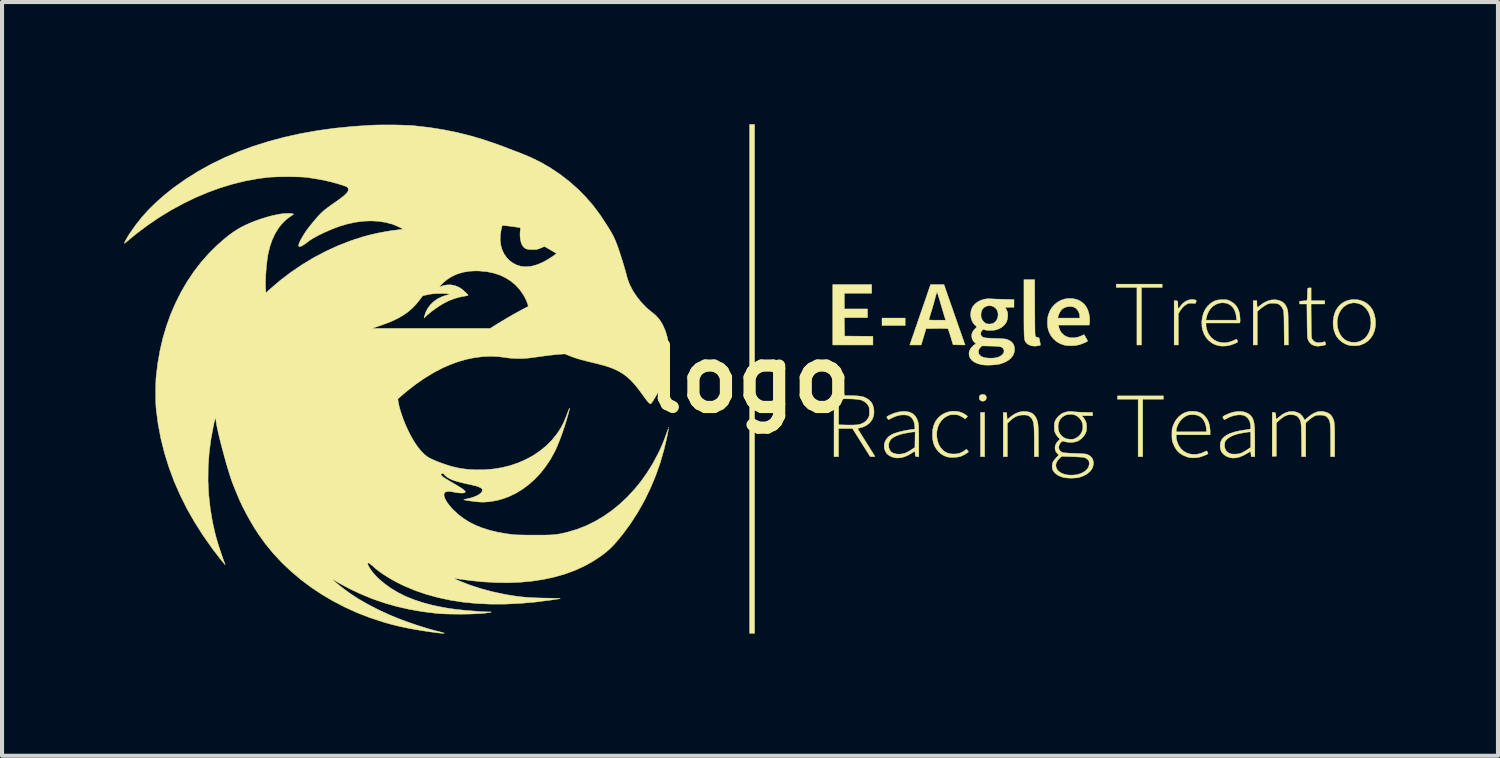
<source format=kicad_pcb>
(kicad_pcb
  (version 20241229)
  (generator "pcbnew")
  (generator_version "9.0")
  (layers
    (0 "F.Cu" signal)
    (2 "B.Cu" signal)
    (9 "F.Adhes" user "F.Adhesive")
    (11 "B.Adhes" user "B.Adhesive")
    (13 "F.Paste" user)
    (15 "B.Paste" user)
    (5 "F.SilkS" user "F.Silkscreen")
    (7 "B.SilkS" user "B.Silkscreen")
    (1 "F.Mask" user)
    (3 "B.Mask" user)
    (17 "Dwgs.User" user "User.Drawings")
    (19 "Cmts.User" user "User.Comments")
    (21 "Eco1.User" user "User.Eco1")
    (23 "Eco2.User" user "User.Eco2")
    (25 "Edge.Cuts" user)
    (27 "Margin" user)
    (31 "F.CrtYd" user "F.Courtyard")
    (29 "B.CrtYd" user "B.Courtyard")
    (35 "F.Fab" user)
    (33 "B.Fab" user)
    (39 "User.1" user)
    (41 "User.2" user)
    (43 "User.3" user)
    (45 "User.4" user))
  (footprint "logo"
    (layer "F.Cu")
    (at 15.355 6.253)
    (property "Reference" "logo" (at 0 0 0) (layer "F.SilkS") (effects (font (size 1.524 1.524) (thickness 0.3))))
    (attr through_hole)
    (fp_poly (pts (xy 0.122 6.248) (xy 0 6.248) (xy 0 -6.248) (xy 0.122 -6.248) (xy 0.122 6.248)) (stroke (width 0.01) (type solid)) (fill yes) (layer "F.SilkS"))
    (fp_poly (pts (xy 3.82 -1.311) (xy 3.251 -1.311) (xy 3.251 -1.494) (xy 3.82 -1.494) (xy 3.82 -1.311)) (stroke (width 0.01) (type solid)) (fill yes) (layer "F.SilkS"))
    (fp_poly (pts (xy 5.771 1.91) (xy 5.669 1.91) (xy 5.669 0.823) (xy 5.771 0.823) (xy 5.771 1.91)) (stroke (width 0.01) (type solid)) (fill yes) (layer "F.SilkS"))
    (fp_poly (pts (xy -1.985 1.182) (xy -1.983 1.194) (xy -1.985 1.195) (xy -1.991 1.194) (xy -1.991 1.189) (xy -1.988 1.18) (xy -1.985 1.182)) (stroke (width 0.01) (type solid)) (fill yes) (layer "F.SilkS"))
    (fp_poly (pts (xy 10.13 -2.245) (xy 9.622 -2.245) (xy 9.622 -0.833) (xy 9.51 -0.833) (xy 9.51 -2.245) (xy 9.002 -2.245) (xy 9.002 -2.327) (xy 10.13 -2.327) (xy 10.13 -2.245)) (stroke (width 0.01) (type solid)) (fill yes) (layer "F.SilkS"))
    (fp_poly (pts (xy 10.16 0.498) (xy 9.652 0.498) (xy 9.652 1.91) (xy 9.54 1.91) (xy 9.54 0.498) (xy 9.032 0.498) (xy 9.032 0.417) (xy 10.16 0.417) (xy 10.16 0.498)) (stroke (width 0.01) (type solid)) (fill yes) (layer "F.SilkS"))
    (fp_poly (pts (xy 2.997 -2.103) (xy 2.327 -2.103) (xy 2.327 -1.717) (xy 2.896 -1.717) (xy 2.896 -1.504) (xy 2.326 -1.504) (xy 2.329 -1.278) (xy 2.332 -1.052) (xy 3.028 -1.046) (xy 3.028 -0.833) (xy 2.042 -0.833) (xy 2.042 -2.316) (xy 2.997 -2.316) (xy 2.997 -2.103)) (stroke (width 0.01) (type solid)) (fill yes) (layer "F.SilkS"))
    (fp_poly (pts (xy 5.769 0.388) (xy 5.799 0.41) (xy 5.814 0.444) (xy 5.816 0.463) (xy 5.807 0.5) (xy 5.784 0.528) (xy 5.752 0.545) (xy 5.715 0.548) (xy 5.678 0.536) (xy 5.664 0.525) (xy 5.644 0.501) (xy 5.637 0.47) (xy 5.637 0.463) (xy 5.644 0.422) (xy 5.667 0.395) (xy 5.704 0.382) (xy 5.725 0.381) (xy 5.769 0.388)) (stroke (width 0.01) (type solid)) (fill yes) (layer "F.SilkS"))
    (fp_poly (pts (xy 10.921 -1.944) (xy 10.951 -1.936) (xy 10.967 -1.924) (xy 10.968 -1.913) (xy 10.961 -1.891) (xy 10.957 -1.875) (xy 10.953 -1.863) (xy 10.945 -1.856) (xy 10.929 -1.854) (xy 10.9 -1.855) (xy 10.871 -1.857) (xy 10.828 -1.859) (xy 10.797 -1.857) (xy 10.771 -1.851) (xy 10.742 -1.838) (xy 10.735 -1.835) (xy 10.68 -1.799) (xy 10.626 -1.747) (xy 10.577 -1.684) (xy 10.557 -1.652) (xy 10.526 -1.598) (xy 10.526 -0.833) (xy 10.424 -0.833) (xy 10.424 -1.92) (xy 10.464 -1.92) (xy 10.487 -1.919) (xy 10.502 -1.912) (xy 10.511 -1.896) (xy 10.515 -1.868) (xy 10.516 -1.823) (xy 10.516 -1.815) (xy 10.517 -1.767) (xy 10.521 -1.739) (xy 10.529 -1.728) (xy 10.542 -1.736) (xy 10.56 -1.759) (xy 10.564 -1.766) (xy 10.619 -1.836) (xy 10.683 -1.891) (xy 10.752 -1.928) (xy 10.825 -1.947) (xy 10.836 -1.948) (xy 10.882 -1.949) (xy 10.921 -1.944)) (stroke (width 0.01) (type solid)) (fill yes) (layer "F.SilkS"))
    (fp_poly (pts (xy 7.002 -1.749) (xy 7.003 -1.613) (xy 7.004 -1.497) (xy 7.004 -1.398) (xy 7.005 -1.315) (xy 7.006 -1.246) (xy 7.007 -1.19) (xy 7.008 -1.146) (xy 7.009 -1.112) (xy 7.011 -1.086) (xy 7.013 -1.068) (xy 7.016 -1.055) (xy 7.019 -1.046) (xy 7.022 -1.041) (xy 7.025 -1.037) (xy 7.053 -1.02) (xy 7.076 -1.016) (xy 7.094 -1.015) (xy 7.104 -1.009) (xy 7.111 -0.994) (xy 7.118 -0.965) (xy 7.121 -0.95) (xy 7.128 -0.911) (xy 7.135 -0.875) (xy 7.139 -0.855) (xy 7.141 -0.837) (xy 7.136 -0.827) (xy 7.119 -0.82) (xy 7.092 -0.814) (xy 7.007 -0.804) (xy 6.929 -0.811) (xy 6.888 -0.823) (xy 6.832 -0.851) (xy 6.799 -0.88) (xy 6.788 -0.894) (xy 6.777 -0.907) (xy 6.769 -0.921) (xy 6.761 -0.937) (xy 6.755 -0.957) (xy 6.75 -0.982) (xy 6.746 -1.014) (xy 6.743 -1.054) (xy 6.74 -1.104) (xy 6.739 -1.164) (xy 6.737 -1.238) (xy 6.737 -1.325) (xy 6.736 -1.428) (xy 6.736 -1.548) (xy 6.736 -1.687) (xy 6.736 -1.729) (xy 6.736 -2.438) (xy 7 -2.438) (xy 7.002 -1.749)) (stroke (width 0.01) (type solid)) (fill yes) (layer "F.SilkS"))
    (fp_poly (pts (xy 6.806 0.803) (xy 6.865 0.815) (xy 6.909 0.831) (xy 6.947 0.853) (xy 6.977 0.878) (xy 7.021 0.931) (xy 7.054 1) (xy 7.076 1.085) (xy 7.081 1.123) (xy 7.084 1.156) (xy 7.086 1.205) (xy 7.088 1.268) (xy 7.09 1.342) (xy 7.091 1.424) (xy 7.091 1.51) (xy 7.092 1.562) (xy 7.092 1.91) (xy 6.99 1.91) (xy 6.99 1.572) (xy 6.99 1.452) (xy 6.988 1.35) (xy 6.986 1.264) (xy 6.983 1.193) (xy 6.978 1.134) (xy 6.971 1.087) (xy 6.962 1.048) (xy 6.95 1.016) (xy 6.936 0.988) (xy 6.92 0.964) (xy 6.908 0.951) (xy 6.872 0.918) (xy 6.828 0.897) (xy 6.773 0.887) (xy 6.704 0.886) (xy 6.698 0.886) (xy 6.626 0.895) (xy 6.56 0.915) (xy 6.498 0.947) (xy 6.434 0.994) (xy 6.378 1.045) (xy 6.33 1.091) (xy 6.33 1.91) (xy 6.228 1.91) (xy 6.228 0.822) (xy 6.271 0.825) (xy 6.314 0.828) (xy 6.317 0.889) (xy 6.319 0.926) (xy 6.323 0.959) (xy 6.325 0.974) (xy 6.331 0.999) (xy 6.363 0.968) (xy 6.45 0.898) (xy 6.539 0.846) (xy 6.629 0.812) (xy 6.719 0.798) (xy 6.806 0.803)) (stroke (width 0.01) (type solid)) (fill yes) (layer "F.SilkS"))
    (fp_poly (pts (xy 12.941 -1.94) (xy 13.021 -1.92) (xy 13.087 -1.887) (xy 13.14 -1.839) (xy 13.18 -1.775) (xy 13.198 -1.73) (xy 13.204 -1.712) (xy 13.209 -1.695) (xy 13.213 -1.677) (xy 13.216 -1.655) (xy 13.219 -1.627) (xy 13.221 -1.592) (xy 13.222 -1.546) (xy 13.224 -1.488) (xy 13.224 -1.416) (xy 13.225 -1.327) (xy 13.226 -1.247) (xy 13.23 -0.833) (xy 13.128 -0.833) (xy 13.124 -1.237) (xy 13.123 -1.341) (xy 13.122 -1.427) (xy 13.121 -1.496) (xy 13.119 -1.552) (xy 13.117 -1.595) (xy 13.115 -1.629) (xy 13.112 -1.655) (xy 13.108 -1.675) (xy 13.104 -1.691) (xy 13.103 -1.694) (xy 13.074 -1.754) (xy 13.033 -1.804) (xy 12.984 -1.838) (xy 12.979 -1.84) (xy 12.942 -1.851) (xy 12.893 -1.858) (xy 12.838 -1.859) (xy 12.786 -1.856) (xy 12.75 -1.849) (xy 12.71 -1.833) (xy 12.66 -1.806) (xy 12.606 -1.77) (xy 12.553 -1.73) (xy 12.527 -1.709) (xy 12.466 -1.655) (xy 12.466 -0.833) (xy 12.365 -0.833) (xy 12.365 -1.92) (xy 12.456 -1.92) (xy 12.456 -1.866) (xy 12.457 -1.828) (xy 12.46 -1.793) (xy 12.462 -1.78) (xy 12.469 -1.748) (xy 12.536 -1.804) (xy 12.627 -1.869) (xy 12.719 -1.914) (xy 12.812 -1.939) (xy 12.905 -1.943) (xy 12.941 -1.94)) (stroke (width 0.01) (type solid)) (fill yes) (layer "F.SilkS"))
    (fp_poly (pts (xy 13.787 -1.92) (xy 14.122 -1.92) (xy 14.122 -1.839) (xy 13.786 -1.839) (xy 13.789 -1.425) (xy 13.79 -1.322) (xy 13.791 -1.238) (xy 13.792 -1.169) (xy 13.793 -1.115) (xy 13.794 -1.074) (xy 13.796 -1.043) (xy 13.799 -1.02) (xy 13.802 -1.003) (xy 13.805 -0.991) (xy 13.81 -0.981) (xy 13.813 -0.975) (xy 13.851 -0.93) (xy 13.9 -0.901) (xy 13.96 -0.888) (xy 14.029 -0.892) (xy 14.058 -0.898) (xy 14.092 -0.906) (xy 14.117 -0.911) (xy 14.127 -0.912) (xy 14.127 -0.912) (xy 14.135 -0.896) (xy 14.142 -0.873) (xy 14.145 -0.851) (xy 14.144 -0.839) (xy 14.143 -0.839) (xy 14.123 -0.831) (xy 14.089 -0.822) (xy 14.047 -0.814) (xy 14.005 -0.808) (xy 13.968 -0.804) (xy 13.955 -0.803) (xy 13.912 -0.807) (xy 13.867 -0.816) (xy 13.855 -0.819) (xy 13.801 -0.846) (xy 13.754 -0.889) (xy 13.719 -0.943) (xy 13.71 -0.967) (xy 13.705 -0.983) (xy 13.701 -1.002) (xy 13.698 -1.026) (xy 13.696 -1.058) (xy 13.694 -1.098) (xy 13.692 -1.15) (xy 13.691 -1.216) (xy 13.689 -1.297) (xy 13.688 -1.395) (xy 13.688 -1.43) (xy 13.684 -1.839) (xy 13.503 -1.839) (xy 13.503 -1.907) (xy 13.593 -1.915) (xy 13.683 -1.922) (xy 13.689 -1.953) (xy 13.692 -1.976) (xy 13.694 -2.013) (xy 13.695 -2.059) (xy 13.696 -2.093) (xy 13.696 -2.14) (xy 13.698 -2.18) (xy 13.7 -2.208) (xy 13.702 -2.219) (xy 13.717 -2.231) (xy 13.748 -2.235) (xy 13.787 -2.235) (xy 13.787 -1.92)) (stroke (width 0.01) (type solid)) (fill yes) (layer "F.SilkS"))
    (fp_poly (pts (xy 14.918 -1.946) (xy 15.005 -1.927) (xy 15.087 -1.894) (xy 15.163 -1.847) (xy 15.23 -1.786) (xy 15.286 -1.71) (xy 15.306 -1.673) (xy 15.34 -1.583) (xy 15.362 -1.484) (xy 15.37 -1.38) (xy 15.364 -1.278) (xy 15.346 -1.189) (xy 15.308 -1.091) (xy 15.254 -1.006) (xy 15.186 -0.934) (xy 15.106 -0.877) (xy 15.015 -0.837) (xy 14.985 -0.828) (xy 14.933 -0.818) (xy 14.869 -0.814) (xy 14.803 -0.815) (xy 14.741 -0.821) (xy 14.704 -0.828) (xy 14.619 -0.861) (xy 14.54 -0.909) (xy 14.47 -0.97) (xy 14.414 -1.04) (xy 14.386 -1.09) (xy 14.349 -1.192) (xy 14.329 -1.301) (xy 14.327 -1.383) (xy 14.427 -1.383) (xy 14.435 -1.277) (xy 14.46 -1.179) (xy 14.499 -1.093) (xy 14.553 -1.019) (xy 14.608 -0.968) (xy 14.675 -0.929) (xy 14.752 -0.905) (xy 14.834 -0.896) (xy 14.917 -0.903) (xy 14.995 -0.926) (xy 15.007 -0.931) (xy 15.083 -0.978) (xy 15.146 -1.039) (xy 15.196 -1.116) (xy 15.231 -1.206) (xy 15.247 -1.276) (xy 15.256 -1.377) (xy 15.249 -1.472) (xy 15.228 -1.562) (xy 15.194 -1.643) (xy 15.147 -1.715) (xy 15.09 -1.775) (xy 15.024 -1.821) (xy 14.949 -1.852) (xy 14.868 -1.867) (xy 14.81 -1.866) (xy 14.726 -1.849) (xy 14.65 -1.815) (xy 14.582 -1.765) (xy 14.525 -1.701) (xy 14.48 -1.625) (xy 14.448 -1.538) (xy 14.43 -1.443) (xy 14.427 -1.383) (xy 14.327 -1.383) (xy 14.327 -1.413) (xy 14.341 -1.524) (xy 14.373 -1.63) (xy 14.393 -1.676) (xy 14.444 -1.758) (xy 14.506 -1.825) (xy 14.578 -1.878) (xy 14.658 -1.916) (xy 14.742 -1.94) (xy 14.83 -1.95) (xy 14.918 -1.946)) (stroke (width 0.01) (type solid)) (fill yes) (layer "F.SilkS"))
    (fp_poly (pts (xy 5.152 0.809) (xy 5.238 0.841) (xy 5.317 0.89) (xy 5.326 0.897) (xy 5.353 0.919) (xy 5.323 0.953) (xy 5.293 0.986) (xy 5.26 0.961) (xy 5.232 0.943) (xy 5.195 0.922) (xy 5.166 0.907) (xy 5.132 0.893) (xy 5.102 0.884) (xy 5.068 0.88) (xy 5.022 0.879) (xy 5.014 0.879) (xy 4.967 0.88) (xy 4.932 0.883) (xy 4.902 0.891) (xy 4.868 0.905) (xy 4.854 0.911) (xy 4.777 0.959) (xy 4.712 1.021) (xy 4.66 1.096) (xy 4.623 1.182) (xy 4.6 1.276) (xy 4.594 1.377) (xy 4.596 1.412) (xy 4.612 1.515) (xy 4.643 1.607) (xy 4.689 1.687) (xy 4.749 1.753) (xy 4.77 1.77) (xy 4.826 1.806) (xy 4.883 1.829) (xy 4.947 1.841) (xy 5.014 1.844) (xy 5.09 1.84) (xy 5.154 1.826) (xy 5.214 1.801) (xy 5.269 1.767) (xy 5.327 1.726) (xy 5.35 1.754) (xy 5.366 1.775) (xy 5.374 1.788) (xy 5.374 1.79) (xy 5.366 1.8) (xy 5.344 1.816) (xy 5.313 1.836) (xy 5.276 1.858) (xy 5.238 1.878) (xy 5.203 1.895) (xy 5.186 1.902) (xy 5.138 1.914) (xy 5.078 1.923) (xy 5.013 1.927) (xy 4.948 1.927) (xy 4.891 1.923) (xy 4.855 1.916) (xy 4.78 1.889) (xy 4.715 1.851) (xy 4.653 1.799) (xy 4.643 1.789) (xy 4.585 1.721) (xy 4.541 1.648) (xy 4.512 1.567) (xy 4.494 1.475) (xy 4.489 1.369) (xy 4.489 1.361) (xy 4.495 1.254) (xy 4.516 1.158) (xy 4.551 1.071) (xy 4.58 1.02) (xy 4.639 0.947) (xy 4.71 0.887) (xy 4.791 0.841) (xy 4.878 0.81) (xy 4.969 0.794) (xy 5.062 0.793) (xy 5.152 0.809)) (stroke (width 0.01) (type solid)) (fill yes) (layer "F.SilkS"))
    (fp_poly (pts (xy 7.941 -1.971) (xy 7.943 -1.971) (xy 8.04 -1.948) (xy 8.125 -1.908) (xy 8.198 -1.853) (xy 8.257 -1.784) (xy 8.302 -1.7) (xy 8.333 -1.603) (xy 8.347 -1.509) (xy 8.35 -1.462) (xy 8.35 -1.413) (xy 8.347 -1.378) (xy 8.34 -1.321) (xy 7.582 -1.321) (xy 7.591 -1.278) (xy 7.618 -1.197) (xy 7.661 -1.129) (xy 7.718 -1.075) (xy 7.787 -1.036) (xy 7.867 -1.013) (xy 7.9 -1.009) (xy 7.986 -1.011) (xy 8.074 -1.029) (xy 8.157 -1.061) (xy 8.16 -1.062) (xy 8.188 -1.076) (xy 8.208 -1.084) (xy 8.214 -1.085) (xy 8.223 -1.071) (xy 8.238 -1.046) (xy 8.256 -1.015) (xy 8.274 -0.983) (xy 8.289 -0.955) (xy 8.299 -0.936) (xy 8.301 -0.931) (xy 8.292 -0.922) (xy 8.268 -0.908) (xy 8.233 -0.891) (xy 8.191 -0.874) (xy 8.146 -0.856) (xy 8.103 -0.842) (xy 8.073 -0.833) (xy 8.003 -0.821) (xy 7.923 -0.814) (xy 7.842 -0.815) (xy 7.767 -0.822) (xy 7.728 -0.829) (xy 7.628 -0.863) (xy 7.54 -0.914) (xy 7.463 -0.98) (xy 7.4 -1.059) (xy 7.353 -1.151) (xy 7.33 -1.219) (xy 7.318 -1.283) (xy 7.313 -1.358) (xy 7.314 -1.436) (xy 7.319 -1.494) (xy 7.568 -1.494) (xy 8.108 -1.494) (xy 8.108 -1.527) (xy 8.1 -1.589) (xy 8.078 -1.648) (xy 8.045 -1.699) (xy 8.003 -1.74) (xy 7.956 -1.765) (xy 7.95 -1.767) (xy 7.874 -1.778) (xy 7.799 -1.772) (xy 7.729 -1.747) (xy 7.68 -1.717) (xy 7.651 -1.686) (xy 7.622 -1.642) (xy 7.596 -1.592) (xy 7.578 -1.543) (xy 7.574 -1.527) (xy 7.568 -1.494) (xy 7.319 -1.494) (xy 7.321 -1.509) (xy 7.33 -1.554) (xy 7.366 -1.655) (xy 7.417 -1.744) (xy 7.482 -1.82) (xy 7.559 -1.883) (xy 7.644 -1.931) (xy 7.738 -1.962) (xy 7.837 -1.976) (xy 7.941 -1.971)) (stroke (width 0.01) (type solid)) (fill yes) (layer "F.SilkS"))
    (fp_poly (pts (xy 11.664 -1.945) (xy 11.701 -1.944) (xy 11.728 -1.94) (xy 11.753 -1.933) (xy 11.781 -1.921) (xy 11.808 -1.907) (xy 11.885 -1.859) (xy 11.945 -1.798) (xy 11.991 -1.724) (xy 12.019 -1.647) (xy 12.028 -1.606) (xy 12.035 -1.557) (xy 12.041 -1.505) (xy 12.044 -1.456) (xy 12.044 -1.418) (xy 12.042 -1.405) (xy 12.037 -1.372) (xy 11.206 -1.372) (xy 11.206 -1.322) (xy 11.212 -1.267) (xy 11.228 -1.204) (xy 11.251 -1.141) (xy 11.28 -1.086) (xy 11.282 -1.082) (xy 11.339 -1.011) (xy 11.408 -0.956) (xy 11.486 -0.916) (xy 11.571 -0.893) (xy 11.661 -0.887) (xy 11.754 -0.898) (xy 11.848 -0.928) (xy 11.876 -0.94) (xy 11.911 -0.956) (xy 11.938 -0.969) (xy 11.953 -0.975) (xy 11.954 -0.975) (xy 11.961 -0.967) (xy 11.971 -0.949) (xy 11.982 -0.928) (xy 11.988 -0.912) (xy 11.989 -0.909) (xy 11.98 -0.902) (xy 11.957 -0.89) (xy 11.925 -0.873) (xy 11.912 -0.867) (xy 11.81 -0.83) (xy 11.704 -0.809) (xy 11.598 -0.805) (xy 11.519 -0.814) (xy 11.425 -0.842) (xy 11.341 -0.887) (xy 11.267 -0.947) (xy 11.205 -1.021) (xy 11.156 -1.107) (xy 11.122 -1.203) (xy 11.106 -1.294) (xy 11.103 -1.41) (xy 11.107 -1.443) (xy 11.204 -1.443) (xy 11.961 -1.443) (xy 11.953 -1.511) (xy 11.936 -1.609) (xy 11.905 -1.692) (xy 11.863 -1.759) (xy 11.809 -1.811) (xy 11.743 -1.846) (xy 11.696 -1.86) (xy 11.609 -1.869) (xy 11.526 -1.858) (xy 11.449 -1.83) (xy 11.38 -1.786) (xy 11.32 -1.726) (xy 11.27 -1.653) (xy 11.233 -1.567) (xy 11.211 -1.481) (xy 11.204 -1.443) (xy 11.107 -1.443) (xy 11.117 -1.519) (xy 11.146 -1.621) (xy 11.191 -1.712) (xy 11.25 -1.791) (xy 11.315 -1.851) (xy 11.372 -1.89) (xy 11.425 -1.917) (xy 11.48 -1.934) (xy 11.543 -1.943) (xy 11.613 -1.945) (xy 11.664 -1.945)) (stroke (width 0.01) (type solid)) (fill yes) (layer "F.SilkS"))
    (fp_poly (pts (xy 2.38 0.409) (xy 2.48 0.411) (xy 2.563 0.413) (xy 2.63 0.417) (xy 2.685 0.421) (xy 2.73 0.427) (xy 2.768 0.435) (xy 2.801 0.444) (xy 2.832 0.457) (xy 2.864 0.472) (xy 2.865 0.472) (xy 2.933 0.516) (xy 2.985 0.569) (xy 3.022 0.633) (xy 3.046 0.712) (xy 3.05 0.735) (xy 3.055 0.829) (xy 3.043 0.916) (xy 3.011 0.995) (xy 2.962 1.065) (xy 2.937 1.091) (xy 2.864 1.145) (xy 2.779 1.184) (xy 2.712 1.202) (xy 2.675 1.211) (xy 2.658 1.22) (xy 2.656 1.227) (xy 2.663 1.238) (xy 2.679 1.264) (xy 2.703 1.304) (xy 2.735 1.355) (xy 2.772 1.415) (xy 2.815 1.483) (xy 2.861 1.557) (xy 2.87 1.571) (xy 2.916 1.644) (xy 2.959 1.712) (xy 2.997 1.773) (xy 3.029 1.825) (xy 3.054 1.865) (xy 3.071 1.893) (xy 3.078 1.905) (xy 3.078 1.906) (xy 3.069 1.908) (xy 3.045 1.91) (xy 3.02 1.91) (xy 2.962 1.91) (xy 2.744 1.564) (xy 2.527 1.219) (xy 2.184 1.219) (xy 2.184 1.91) (xy 2.073 1.91) (xy 2.073 1.127) (xy 2.184 1.127) (xy 2.344 1.131) (xy 2.438 1.133) (xy 2.514 1.133) (xy 2.576 1.131) (xy 2.626 1.128) (xy 2.668 1.123) (xy 2.703 1.115) (xy 2.731 1.107) (xy 2.804 1.074) (xy 2.862 1.029) (xy 2.906 0.972) (xy 2.91 0.965) (xy 2.924 0.938) (xy 2.934 0.914) (xy 2.939 0.889) (xy 2.941 0.855) (xy 2.941 0.808) (xy 2.941 0.76) (xy 2.939 0.726) (xy 2.934 0.701) (xy 2.924 0.677) (xy 2.91 0.65) (xy 2.871 0.599) (xy 2.817 0.556) (xy 2.754 0.525) (xy 2.733 0.518) (xy 2.694 0.51) (xy 2.639 0.502) (xy 2.572 0.496) (xy 2.498 0.492) (xy 2.421 0.49) (xy 2.346 0.489) (xy 2.332 0.49) (xy 2.189 0.493) (xy 2.187 0.81) (xy 2.184 1.127) (xy 2.073 1.127) (xy 2.073 0.404) (xy 2.38 0.409)) (stroke (width 0.01) (type solid)) (fill yes) (layer "F.SilkS"))
    (fp_poly (pts (xy 4.799 -2.243) (xy 4.808 -2.214) (xy 4.824 -2.17) (xy 4.844 -2.112) (xy 4.868 -2.042) (xy 4.896 -1.962) (xy 4.927 -1.874) (xy 4.96 -1.78) (xy 4.994 -1.682) (xy 5.029 -1.581) (xy 5.065 -1.48) (xy 5.099 -1.381) (xy 5.133 -1.284) (xy 5.165 -1.193) (xy 5.195 -1.109) (xy 5.221 -1.034) (xy 5.243 -0.97) (xy 5.261 -0.919) (xy 5.274 -0.883) (xy 5.281 -0.863) (xy 5.282 -0.861) (xy 5.293 -0.833) (xy 5.145 -0.835) (xy 4.996 -0.838) (xy 4.939 -1.028) (xy 4.921 -1.088) (xy 4.904 -1.141) (xy 4.889 -1.184) (xy 4.878 -1.214) (xy 4.871 -1.229) (xy 4.871 -1.229) (xy 4.857 -1.233) (xy 4.823 -1.235) (xy 4.769 -1.237) (xy 4.697 -1.238) (xy 4.605 -1.237) (xy 4.597 -1.237) (xy 4.334 -1.234) (xy 4.273 -1.034) (xy 4.213 -0.833) (xy 3.933 -0.833) (xy 4.007 -1.049) (xy 4.025 -1.102) (xy 4.049 -1.171) (xy 4.077 -1.253) (xy 4.11 -1.346) (xy 4.144 -1.448) (xy 4.147 -1.455) (xy 4.403 -1.455) (xy 4.407 -1.45) (xy 4.418 -1.447) (xy 4.439 -1.445) (xy 4.472 -1.444) (xy 4.52 -1.443) (xy 4.585 -1.443) (xy 4.606 -1.443) (xy 4.814 -1.443) (xy 4.789 -1.521) (xy 4.779 -1.553) (xy 4.765 -1.601) (xy 4.747 -1.66) (xy 4.727 -1.728) (xy 4.706 -1.801) (xy 4.689 -1.858) (xy 4.669 -1.927) (xy 4.65 -1.989) (xy 4.634 -2.043) (xy 4.621 -2.084) (xy 4.612 -2.111) (xy 4.608 -2.121) (xy 4.603 -2.124) (xy 4.598 -2.12) (xy 4.592 -2.106) (xy 4.583 -2.082) (xy 4.572 -2.043) (xy 4.557 -1.988) (xy 4.551 -1.965) (xy 4.533 -1.899) (xy 4.511 -1.821) (xy 4.488 -1.742) (xy 4.466 -1.667) (xy 4.459 -1.646) (xy 4.442 -1.59) (xy 4.427 -1.539) (xy 4.415 -1.498) (xy 4.406 -1.471) (xy 4.403 -1.46) (xy 4.403 -1.455) (xy 4.147 -1.455) (xy 4.181 -1.554) (xy 4.218 -1.662) (xy 4.255 -1.77) (xy 4.263 -1.791) (xy 4.443 -2.316) (xy 4.773 -2.316) (xy 4.799 -2.243)) (stroke (width 0.01) (type solid)) (fill yes) (layer "F.SilkS"))
    (fp_poly (pts (xy 10.906 0.795) (xy 10.99 0.806) (xy 11.062 0.829) (xy 11.126 0.867) (xy 11.165 0.9) (xy 11.221 0.966) (xy 11.264 1.046) (xy 11.292 1.139) (xy 11.306 1.244) (xy 11.308 1.293) (xy 11.308 1.372) (xy 10.475 1.372) (xy 10.475 1.415) (xy 10.481 1.476) (xy 10.499 1.544) (xy 10.525 1.611) (xy 10.538 1.637) (xy 10.587 1.71) (xy 10.65 1.769) (xy 10.723 1.814) (xy 10.805 1.842) (xy 10.893 1.855) (xy 10.984 1.851) (xy 11.076 1.83) (xy 11.144 1.803) (xy 11.179 1.787) (xy 11.206 1.775) (xy 11.221 1.768) (xy 11.223 1.768) (xy 11.229 1.776) (xy 11.24 1.794) (xy 11.25 1.816) (xy 11.257 1.831) (xy 11.257 1.834) (xy 11.248 1.843) (xy 11.224 1.856) (xy 11.189 1.872) (xy 11.148 1.888) (xy 11.104 1.904) (xy 11.063 1.917) (xy 11.028 1.926) (xy 11.027 1.926) (xy 10.956 1.936) (xy 10.885 1.939) (xy 10.822 1.935) (xy 10.81 1.934) (xy 10.786 1.928) (xy 10.752 1.919) (xy 10.734 1.913) (xy 10.639 1.874) (xy 10.558 1.821) (xy 10.49 1.753) (xy 10.436 1.67) (xy 10.397 1.579) (xy 10.385 1.543) (xy 10.377 1.511) (xy 10.372 1.478) (xy 10.37 1.438) (xy 10.369 1.386) (xy 10.369 1.367) (xy 10.37 1.309) (xy 10.37 1.3) (xy 10.475 1.3) (xy 11.217 1.3) (xy 11.216 1.252) (xy 11.208 1.169) (xy 11.186 1.089) (xy 11.151 1.018) (xy 11.106 0.96) (xy 11.103 0.958) (xy 11.053 0.919) (xy 10.997 0.894) (xy 10.931 0.881) (xy 10.876 0.879) (xy 10.828 0.88) (xy 10.792 0.884) (xy 10.762 0.891) (xy 10.729 0.905) (xy 10.726 0.906) (xy 10.66 0.947) (xy 10.599 1.002) (xy 10.548 1.068) (xy 10.508 1.14) (xy 10.483 1.214) (xy 10.475 1.278) (xy 10.475 1.3) (xy 10.37 1.3) (xy 10.371 1.266) (xy 10.375 1.231) (xy 10.382 1.2) (xy 10.393 1.166) (xy 10.397 1.155) (xy 10.434 1.067) (xy 10.481 0.992) (xy 10.54 0.926) (xy 10.549 0.918) (xy 10.626 0.859) (xy 10.708 0.82) (xy 10.797 0.798) (xy 10.896 0.794) (xy 10.906 0.795)) (stroke (width 0.01) (type solid)) (fill yes) (layer "F.SilkS"))
    (fp_poly (pts (xy 14.089 0.802) (xy 14.163 0.82) (xy 14.222 0.847) (xy 14.268 0.884) (xy 14.305 0.935) (xy 14.319 0.96) (xy 14.33 0.985) (xy 14.34 1.009) (xy 14.347 1.036) (xy 14.353 1.066) (xy 14.358 1.103) (xy 14.361 1.149) (xy 14.364 1.205) (xy 14.365 1.274) (xy 14.366 1.359) (xy 14.366 1.46) (xy 14.366 1.514) (xy 14.366 1.91) (xy 14.265 1.91) (xy 14.265 1.521) (xy 14.264 1.41) (xy 14.264 1.317) (xy 14.262 1.241) (xy 14.26 1.178) (xy 14.257 1.128) (xy 14.252 1.088) (xy 14.245 1.055) (xy 14.237 1.028) (xy 14.227 1.005) (xy 14.214 0.984) (xy 14.206 0.971) (xy 14.174 0.934) (xy 14.137 0.91) (xy 14.09 0.895) (xy 14.029 0.889) (xy 14.006 0.889) (xy 13.96 0.89) (xy 13.927 0.893) (xy 13.901 0.899) (xy 13.873 0.912) (xy 13.85 0.924) (xy 13.811 0.948) (xy 13.767 0.98) (xy 13.726 1.014) (xy 13.721 1.018) (xy 13.655 1.079) (xy 13.655 1.91) (xy 13.555 1.91) (xy 13.551 1.506) (xy 13.55 1.398) (xy 13.548 1.308) (xy 13.547 1.234) (xy 13.544 1.174) (xy 13.541 1.125) (xy 13.537 1.087) (xy 13.531 1.056) (xy 13.524 1.031) (xy 13.514 1.009) (xy 13.503 0.988) (xy 13.489 0.966) (xy 13.488 0.964) (xy 13.453 0.924) (xy 13.408 0.897) (xy 13.351 0.883) (xy 13.294 0.879) (xy 13.249 0.88) (xy 13.215 0.885) (xy 13.183 0.895) (xy 13.146 0.912) (xy 13.104 0.936) (xy 13.057 0.97) (xy 13.012 1.006) (xy 13.006 1.012) (xy 12.934 1.079) (xy 12.934 1.9) (xy 12.832 1.9) (xy 12.832 0.823) (xy 12.871 0.823) (xy 12.898 0.825) (xy 12.91 0.833) (xy 12.917 0.852) (xy 12.917 0.855) (xy 12.921 0.885) (xy 12.923 0.923) (xy 12.924 0.934) (xy 12.925 0.964) (xy 12.928 0.984) (xy 12.93 0.989) (xy 12.94 0.985) (xy 12.96 0.97) (xy 12.988 0.947) (xy 13.001 0.936) (xy 13.08 0.874) (xy 13.163 0.83) (xy 13.247 0.804) (xy 13.331 0.798) (xy 13.371 0.802) (xy 13.449 0.822) (xy 13.514 0.856) (xy 13.565 0.904) (xy 13.606 0.969) (xy 13.606 0.97) (xy 13.628 1.014) (xy 13.708 0.944) (xy 13.792 0.879) (xy 13.872 0.834) (xy 13.949 0.806) (xy 14.025 0.797) (xy 14.089 0.802)) (stroke (width 0.01) (type solid)) (fill yes) (layer "F.SilkS"))
    (fp_poly (pts (xy 3.91 0.812) (xy 3.944 0.822) (xy 4.011 0.858) (xy 4.065 0.91) (xy 4.108 0.977) (xy 4.136 1.057) (xy 4.145 1.099) (xy 4.147 1.124) (xy 4.15 1.167) (xy 4.151 1.224) (xy 4.153 1.293) (xy 4.154 1.372) (xy 4.155 1.456) (xy 4.155 1.537) (xy 4.155 1.91) (xy 4.116 1.91) (xy 4.09 1.908) (xy 4.074 1.899) (xy 4.067 1.879) (xy 4.064 1.844) (xy 4.064 1.828) (xy 4.062 1.799) (xy 4.058 1.781) (xy 4.055 1.778) (xy 4.042 1.783) (xy 4.018 1.797) (xy 3.991 1.815) (xy 3.893 1.874) (xy 3.8 1.914) (xy 3.71 1.937) (xy 3.622 1.942) (xy 3.581 1.938) (xy 3.52 1.924) (xy 3.459 1.9) (xy 3.407 1.869) (xy 3.368 1.833) (xy 3.362 1.826) (xy 3.325 1.759) (xy 3.306 1.688) (xy 3.306 1.637) (xy 3.414 1.637) (xy 3.421 1.694) (xy 3.442 1.746) (xy 3.472 1.788) (xy 3.487 1.8) (xy 3.543 1.828) (xy 3.611 1.845) (xy 3.685 1.848) (xy 3.762 1.839) (xy 3.806 1.827) (xy 3.845 1.811) (xy 3.893 1.787) (xy 3.942 1.758) (xy 3.966 1.743) (xy 4.059 1.681) (xy 4.064 1.3) (xy 4.04 1.3) (xy 4.011 1.303) (xy 3.966 1.309) (xy 3.912 1.318) (xy 3.853 1.329) (xy 3.794 1.341) (xy 3.74 1.353) (xy 3.696 1.365) (xy 3.683 1.369) (xy 3.594 1.402) (xy 3.523 1.44) (xy 3.471 1.483) (xy 3.436 1.534) (xy 3.417 1.592) (xy 3.414 1.637) (xy 3.306 1.637) (xy 3.306 1.616) (xy 3.323 1.547) (xy 3.357 1.482) (xy 3.407 1.424) (xy 3.471 1.377) (xy 3.521 1.352) (xy 3.587 1.328) (xy 3.666 1.304) (xy 3.753 1.282) (xy 3.844 1.263) (xy 3.936 1.248) (xy 4.024 1.238) (xy 4.028 1.237) (xy 4.059 1.234) (xy 4.056 1.173) (xy 4.045 1.087) (xy 4.021 1.017) (xy 3.985 0.963) (xy 3.944 0.926) (xy 3.901 0.901) (xy 3.849 0.888) (xy 3.784 0.884) (xy 3.707 0.888) (xy 3.635 0.903) (xy 3.561 0.929) (xy 3.495 0.959) (xy 3.408 1.003) (xy 3.384 0.968) (xy 3.373 0.95) (xy 3.368 0.938) (xy 3.372 0.927) (xy 3.387 0.916) (xy 3.415 0.901) (xy 3.459 0.88) (xy 3.459 0.879) (xy 3.552 0.841) (xy 3.648 0.814) (xy 3.742 0.8) (xy 3.831 0.799) (xy 3.91 0.812)) (stroke (width 0.01) (type solid)) (fill yes) (layer "F.SilkS"))
    (fp_poly (pts (xy 12.145 0.812) (xy 12.218 0.838) (xy 12.279 0.877) (xy 12.308 0.906) (xy 12.329 0.933) (xy 12.348 0.963) (xy 12.363 0.996) (xy 12.375 1.034) (xy 12.385 1.08) (xy 12.393 1.136) (xy 12.398 1.202) (xy 12.402 1.282) (xy 12.404 1.377) (xy 12.405 1.49) (xy 12.405 1.572) (xy 12.405 1.91) (xy 12.317 1.91) (xy 12.311 1.848) (xy 12.307 1.815) (xy 12.304 1.791) (xy 12.301 1.782) (xy 12.291 1.785) (xy 12.268 1.797) (xy 12.236 1.816) (xy 12.221 1.825) (xy 12.126 1.879) (xy 12.032 1.918) (xy 11.943 1.939) (xy 11.86 1.944) (xy 11.852 1.943) (xy 11.777 1.929) (xy 11.708 1.901) (xy 11.648 1.861) (xy 11.602 1.813) (xy 11.583 1.784) (xy 11.561 1.722) (xy 11.553 1.654) (xy 11.661 1.654) (xy 11.674 1.712) (xy 11.7 1.764) (xy 11.739 1.803) (xy 11.758 1.815) (xy 11.792 1.831) (xy 11.823 1.841) (xy 11.858 1.845) (xy 11.903 1.846) (xy 11.933 1.846) (xy 11.985 1.843) (xy 12.024 1.837) (xy 12.06 1.826) (xy 12.085 1.815) (xy 12.123 1.796) (xy 12.169 1.77) (xy 12.214 1.742) (xy 12.225 1.735) (xy 12.304 1.682) (xy 12.304 1.491) (xy 12.304 1.424) (xy 12.303 1.375) (xy 12.302 1.341) (xy 12.3 1.319) (xy 12.296 1.307) (xy 12.291 1.302) (xy 12.286 1.301) (xy 12.257 1.303) (xy 12.213 1.309) (xy 12.16 1.317) (xy 12.102 1.328) (xy 12.046 1.339) (xy 11.995 1.35) (xy 11.972 1.356) (xy 11.878 1.386) (xy 11.803 1.421) (xy 11.743 1.462) (xy 11.717 1.487) (xy 11.694 1.513) (xy 11.678 1.533) (xy 11.673 1.542) (xy 11.671 1.556) (xy 11.667 1.582) (xy 11.665 1.593) (xy 11.661 1.654) (xy 11.553 1.654) (xy 11.553 1.652) (xy 11.558 1.581) (xy 11.568 1.543) (xy 11.598 1.482) (xy 11.648 1.428) (xy 11.717 1.379) (xy 11.805 1.337) (xy 11.911 1.302) (xy 12.035 1.273) (xy 12.156 1.254) (xy 12.205 1.247) (xy 12.247 1.241) (xy 12.277 1.236) (xy 12.293 1.233) (xy 12.3 1.221) (xy 12.303 1.194) (xy 12.302 1.157) (xy 12.296 1.115) (xy 12.288 1.073) (xy 12.276 1.035) (xy 12.273 1.027) (xy 12.241 0.974) (xy 12.197 0.931) (xy 12.147 0.901) (xy 12.132 0.896) (xy 12.059 0.883) (xy 11.977 0.886) (xy 11.888 0.902) (xy 11.798 0.932) (xy 11.728 0.965) (xy 11.654 1.005) (xy 11.632 0.969) (xy 11.621 0.95) (xy 11.617 0.937) (xy 11.623 0.926) (xy 11.64 0.913) (xy 11.672 0.896) (xy 11.689 0.887) (xy 11.785 0.845) (xy 11.881 0.816) (xy 11.974 0.801) (xy 12.063 0.799) (xy 12.145 0.812)) (stroke (width 0.01) (type solid)) (fill yes) (layer "F.SilkS"))
    (fp_poly (pts (xy 5.916 -1.967) (xy 5.944 -1.965) (xy 5.988 -1.963) (xy 6.046 -1.96) (xy 6.113 -1.958) (xy 6.185 -1.956) (xy 6.236 -1.955) (xy 6.492 -1.949) (xy 6.492 -1.758) (xy 6.385 -1.758) (xy 6.341 -1.757) (xy 6.307 -1.755) (xy 6.286 -1.753) (xy 6.281 -1.75) (xy 6.306 -1.7) (xy 6.323 -1.663) (xy 6.333 -1.633) (xy 6.338 -1.605) (xy 6.339 -1.575) (xy 6.338 -1.536) (xy 6.338 -1.536) (xy 6.328 -1.46) (xy 6.308 -1.398) (xy 6.273 -1.343) (xy 6.235 -1.303) (xy 6.175 -1.257) (xy 6.109 -1.223) (xy 6.048 -1.204) (xy 5.995 -1.194) (xy 5.933 -1.19) (xy 5.869 -1.19) (xy 5.811 -1.196) (xy 5.778 -1.203) (xy 5.749 -1.211) (xy 5.732 -1.211) (xy 5.719 -1.202) (xy 5.706 -1.188) (xy 5.68 -1.145) (xy 5.673 -1.103) (xy 5.685 -1.065) (xy 5.714 -1.034) (xy 5.734 -1.022) (xy 5.749 -1.016) (xy 5.768 -1.011) (xy 5.794 -1.007) (xy 5.828 -1.004) (xy 5.875 -1.001) (xy 5.936 -0.998) (xy 6.015 -0.996) (xy 6.018 -0.995) (xy 6.094 -0.993) (xy 6.162 -0.989) (xy 6.221 -0.985) (xy 6.267 -0.981) (xy 6.297 -0.977) (xy 6.304 -0.975) (xy 6.379 -0.945) (xy 6.436 -0.905) (xy 6.476 -0.855) (xy 6.499 -0.794) (xy 6.507 -0.726) (xy 6.497 -0.649) (xy 6.469 -0.579) (xy 6.423 -0.516) (xy 6.359 -0.461) (xy 6.278 -0.414) (xy 6.181 -0.376) (xy 6.14 -0.364) (xy 6.085 -0.354) (xy 6.017 -0.346) (xy 5.942 -0.34) (xy 5.864 -0.338) (xy 5.791 -0.339) (xy 5.727 -0.344) (xy 5.69 -0.35) (xy 5.594 -0.377) (xy 5.516 -0.413) (xy 5.456 -0.458) (xy 5.414 -0.512) (xy 5.39 -0.576) (xy 5.39 -0.578) (xy 5.387 -0.638) (xy 5.394 -0.663) (xy 5.618 -0.663) (xy 5.628 -0.616) (xy 5.656 -0.577) (xy 5.702 -0.546) (xy 5.762 -0.524) (xy 5.811 -0.515) (xy 5.871 -0.51) (xy 5.937 -0.509) (xy 5.999 -0.512) (xy 6.053 -0.519) (xy 6.075 -0.524) (xy 6.139 -0.549) (xy 6.189 -0.581) (xy 6.224 -0.617) (xy 6.244 -0.657) (xy 6.247 -0.698) (xy 6.232 -0.737) (xy 6.223 -0.75) (xy 6.207 -0.766) (xy 6.187 -0.778) (xy 6.16 -0.787) (xy 6.123 -0.794) (xy 6.074 -0.799) (xy 6.011 -0.803) (xy 5.931 -0.805) (xy 5.896 -0.806) (xy 5.701 -0.81) (xy 5.671 -0.778) (xy 5.64 -0.741) (xy 5.624 -0.707) (xy 5.619 -0.669) (xy 5.618 -0.663) (xy 5.394 -0.663) (xy 5.403 -0.699) (xy 5.436 -0.758) (xy 5.485 -0.811) (xy 5.508 -0.829) (xy 5.559 -0.867) (xy 5.528 -0.892) (xy 5.488 -0.935) (xy 5.462 -0.99) (xy 5.453 -1.053) (xy 5.453 -1.057) (xy 5.461 -1.121) (xy 5.489 -1.178) (xy 5.535 -1.231) (xy 5.536 -1.233) (xy 5.559 -1.254) (xy 5.574 -1.27) (xy 5.578 -1.275) (xy 5.571 -1.284) (xy 5.553 -1.302) (xy 5.537 -1.317) (xy 5.488 -1.374) (xy 5.453 -1.443) (xy 5.433 -1.518) (xy 5.429 -1.579) (xy 5.681 -1.579) (xy 5.685 -1.518) (xy 5.69 -1.496) (xy 5.711 -1.451) (xy 5.744 -1.408) (xy 5.784 -1.373) (xy 5.822 -1.354) (xy 5.872 -1.346) (xy 5.928 -1.35) (xy 5.981 -1.366) (xy 5.995 -1.373) (xy 6.041 -1.41) (xy 6.075 -1.459) (xy 6.095 -1.516) (xy 6.102 -1.578) (xy 6.095 -1.638) (xy 6.073 -1.694) (xy 6.049 -1.728) (xy 6.001 -1.767) (xy 5.947 -1.79) (xy 5.889 -1.797) (xy 5.832 -1.79) (xy 5.779 -1.769) (xy 5.735 -1.733) (xy 5.706 -1.693) (xy 5.688 -1.64) (xy 5.681 -1.579) (xy 5.429 -1.579) (xy 5.428 -1.597) (xy 5.438 -1.675) (xy 5.465 -1.749) (xy 5.481 -1.777) (xy 5.53 -1.837) (xy 5.595 -1.888) (xy 5.671 -1.928) (xy 5.754 -1.955) (xy 5.842 -1.968) (xy 5.916 -1.967)) (stroke (width 0.01) (type solid)) (fill yes) (layer "F.SilkS"))
    (fp_poly (pts (xy 7.945 0.804) (xy 7.973 0.808) (xy 8.016 0.811) (xy 8.072 0.815) (xy 8.135 0.818) (xy 8.203 0.82) (xy 8.212 0.82) (xy 8.423 0.824) (xy 8.423 0.904) (xy 8.156 0.904) (xy 8.189 0.942) (xy 8.213 0.973) (xy 8.237 1.012) (xy 8.249 1.036) (xy 8.262 1.068) (xy 8.27 1.098) (xy 8.274 1.133) (xy 8.275 1.181) (xy 8.275 1.184) (xy 8.274 1.232) (xy 8.27 1.268) (xy 8.262 1.3) (xy 8.247 1.335) (xy 8.246 1.339) (xy 8.207 1.402) (xy 8.155 1.46) (xy 8.094 1.507) (xy 8.039 1.535) (xy 7.979 1.551) (xy 7.909 1.559) (xy 7.836 1.558) (xy 7.769 1.548) (xy 7.743 1.541) (xy 7.711 1.531) (xy 7.692 1.528) (xy 7.678 1.531) (xy 7.662 1.542) (xy 7.662 1.542) (xy 7.627 1.578) (xy 7.602 1.625) (xy 7.59 1.674) (xy 7.59 1.684) (xy 7.599 1.727) (xy 7.624 1.767) (xy 7.662 1.797) (xy 7.689 1.809) (xy 7.71 1.813) (xy 7.747 1.816) (xy 7.798 1.82) (xy 7.86 1.824) (xy 7.929 1.827) (xy 7.981 1.829) (xy 8.053 1.831) (xy 8.12 1.834) (xy 8.178 1.838) (xy 8.226 1.842) (xy 8.258 1.845) (xy 8.271 1.848) (xy 8.338 1.877) (xy 8.389 1.919) (xy 8.424 1.971) (xy 8.441 2.033) (xy 8.443 2.064) (xy 8.435 2.136) (xy 8.41 2.202) (xy 8.367 2.263) (xy 8.36 2.271) (xy 8.306 2.318) (xy 8.239 2.361) (xy 8.163 2.396) (xy 8.084 2.421) (xy 8.072 2.423) (xy 8.01 2.432) (xy 7.936 2.436) (xy 7.857 2.436) (xy 7.783 2.431) (xy 7.719 2.422) (xy 7.718 2.422) (xy 7.637 2.398) (xy 7.565 2.363) (xy 7.506 2.319) (xy 7.462 2.268) (xy 7.443 2.233) (xy 7.43 2.181) (xy 7.429 2.149) (xy 7.521 2.149) (xy 7.538 2.203) (xy 7.572 2.252) (xy 7.623 2.294) (xy 7.687 2.327) (xy 7.765 2.35) (xy 7.798 2.357) (xy 7.861 2.362) (xy 7.931 2.362) (xy 8.002 2.356) (xy 8.064 2.345) (xy 8.078 2.341) (xy 8.162 2.309) (xy 8.232 2.269) (xy 8.285 2.221) (xy 8.321 2.167) (xy 8.338 2.107) (xy 8.339 2.064) (xy 8.334 2.029) (xy 8.324 2.004) (xy 8.306 1.982) (xy 8.298 1.975) (xy 8.265 1.952) (xy 8.228 1.933) (xy 8.218 1.93) (xy 8.195 1.926) (xy 8.156 1.922) (xy 8.103 1.919) (xy 8.04 1.915) (xy 7.971 1.912) (xy 7.92 1.91) (xy 7.666 1.902) (xy 7.63 1.93) (xy 7.595 1.964) (xy 7.562 2.006) (xy 7.536 2.051) (xy 7.522 2.091) (xy 7.521 2.149) (xy 7.429 2.149) (xy 7.429 2.122) (xy 7.439 2.065) (xy 7.447 2.044) (xy 7.464 2.016) (xy 7.49 1.981) (xy 7.521 1.944) (xy 7.53 1.934) (xy 7.593 1.869) (xy 7.561 1.839) (xy 7.523 1.792) (xy 7.502 1.737) (xy 7.498 1.679) (xy 7.511 1.62) (xy 7.541 1.564) (xy 7.581 1.519) (xy 7.622 1.481) (xy 7.581 1.439) (xy 7.552 1.405) (xy 7.524 1.364) (xy 7.511 1.341) (xy 7.498 1.314) (xy 7.49 1.289) (xy 7.485 1.262) (xy 7.483 1.225) (xy 7.483 1.179) (xy 7.483 1.173) (xy 7.575 1.173) (xy 7.581 1.25) (xy 7.601 1.314) (xy 7.636 1.369) (xy 7.672 1.407) (xy 7.723 1.445) (xy 7.775 1.469) (xy 7.836 1.48) (xy 7.881 1.483) (xy 7.924 1.482) (xy 7.957 1.476) (xy 7.991 1.464) (xy 8.018 1.45) (xy 8.081 1.407) (xy 8.128 1.354) (xy 8.161 1.292) (xy 8.18 1.226) (xy 8.183 1.158) (xy 8.172 1.09) (xy 8.146 1.026) (xy 8.105 0.968) (xy 8.051 0.92) (xy 8.001 0.892) (xy 7.936 0.873) (xy 7.865 0.869) (xy 7.794 0.878) (xy 7.739 0.898) (xy 7.673 0.94) (xy 7.624 0.993) (xy 7.592 1.059) (xy 7.576 1.136) (xy 7.575 1.173) (xy 7.483 1.173) (xy 7.483 1.128) (xy 7.486 1.092) (xy 7.491 1.065) (xy 7.5 1.039) (xy 7.511 1.015) (xy 7.548 0.957) (xy 7.6 0.902) (xy 7.659 0.857) (xy 7.694 0.838) (xy 7.761 0.815) (xy 7.833 0.801) (xy 7.903 0.799) (xy 7.945 0.804)) (stroke (width 0.01) (type solid)) (fill yes) (layer "F.SilkS"))
    (fp_poly (pts (xy -8.821 -6.236) (xy -8.695 -6.235) (xy -8.573 -6.232) (xy -8.457 -6.228) (xy -8.352 -6.224) (xy -8.261 -6.218) (xy -8.209 -6.213) (xy -7.86 -6.173) (xy -7.521 -6.119) (xy -7.188 -6.052) (xy -6.859 -5.97) (xy -6.529 -5.873) (xy -6.195 -5.759) (xy -5.954 -5.669) (xy -5.884 -5.642) (xy -5.808 -5.613) (xy -5.733 -5.584) (xy -5.666 -5.559) (xy -5.634 -5.547) (xy -5.375 -5.44) (xy -5.123 -5.316) (xy -4.88 -5.175) (xy -4.647 -5.018) (xy -4.425 -4.846) (xy -4.215 -4.661) (xy -4.02 -4.463) (xy -3.839 -4.254) (xy -3.675 -4.034) (xy -3.629 -3.965) (xy -3.564 -3.867) (xy -3.51 -3.783) (xy -3.464 -3.711) (xy -3.425 -3.648) (xy -3.393 -3.593) (xy -3.365 -3.543) (xy -3.341 -3.496) (xy -3.319 -3.449) (xy -3.297 -3.4) (xy -3.276 -3.347) (xy -3.262 -3.313) (xy -3.242 -3.26) (xy -3.218 -3.191) (xy -3.191 -3.11) (xy -3.162 -3.021) (xy -3.133 -2.928) (xy -3.104 -2.836) (xy -3.078 -2.747) (xy -3.054 -2.666) (xy -3.043 -2.626) (xy -3.022 -2.547) (xy -3.004 -2.484) (xy -2.989 -2.434) (xy -2.975 -2.392) (xy -2.96 -2.355) (xy -2.945 -2.319) (xy -2.935 -2.296) (xy -2.858 -2.151) (xy -2.763 -2.01) (xy -2.655 -1.876) (xy -2.535 -1.752) (xy -2.408 -1.643) (xy -2.384 -1.626) (xy -2.305 -1.56) (xy -2.237 -1.487) (xy -2.176 -1.403) (xy -2.127 -1.315) (xy -2.066 -1.175) (xy -2.021 -1.025) (xy -1.994 -0.866) (xy -1.983 -0.701) (xy -1.989 -0.53) (xy -2.011 -0.355) (xy -2.05 -0.178) (xy -2.105 0.002) (xy -2.177 0.181) (xy -2.251 0.333) (xy -2.281 0.388) (xy -2.312 0.443) (xy -2.344 0.495) (xy -2.373 0.542) (xy -2.398 0.579) (xy -2.417 0.603) (xy -2.423 0.609) (xy -2.434 0.613) (xy -2.451 0.606) (xy -2.472 0.588) (xy -2.5 0.558) (xy -2.536 0.514) (xy -2.58 0.455) (xy -2.634 0.381) (xy -2.643 0.368) (xy -2.739 0.239) (xy -2.83 0.127) (xy -2.921 0.031) (xy -3.012 -0.052) (xy -3.105 -0.122) (xy -3.203 -0.182) (xy -3.309 -0.234) (xy -3.36 -0.256) (xy -3.414 -0.277) (xy -3.47 -0.296) (xy -3.532 -0.316) (xy -3.602 -0.336) (xy -3.684 -0.358) (xy -3.781 -0.382) (xy -3.894 -0.409) (xy -3.896 -0.41) (xy -4.011 -0.438) (xy -4.109 -0.464) (xy -4.195 -0.488) (xy -4.272 -0.512) (xy -4.344 -0.537) (xy -4.415 -0.564) (xy -4.434 -0.572) (xy -4.535 -0.613) (xy -4.698 -0.601) (xy -4.759 -0.596) (xy -4.834 -0.588) (xy -4.917 -0.579) (xy -5.002 -0.568) (xy -5.084 -0.557) (xy -5.101 -0.555) (xy -5.177 -0.544) (xy -5.254 -0.533) (xy -5.329 -0.524) (xy -5.394 -0.515) (xy -5.446 -0.509) (xy -5.46 -0.508) (xy -5.536 -0.502) (xy -5.623 -0.5) (xy -5.715 -0.5) (xy -5.806 -0.504) (xy -5.89 -0.51) (xy -5.962 -0.519) (xy -5.984 -0.522) (xy -6.167 -0.547) (xy -6.358 -0.555) (xy -6.556 -0.546) (xy -6.757 -0.52) (xy -6.96 -0.478) (xy -7.162 -0.42) (xy -7.302 -0.37) (xy -7.527 -0.274) (xy -7.752 -0.157) (xy -7.976 -0.021) (xy -8.2 0.134) (xy -8.422 0.307) (xy -8.532 0.401) (xy -8.636 0.492) (xy -8.63 0.543) (xy -8.618 0.611) (xy -8.599 0.694) (xy -8.572 0.787) (xy -8.539 0.888) (xy -8.502 0.992) (xy -8.461 1.096) (xy -8.45 1.123) (xy -8.378 1.281) (xy -8.303 1.427) (xy -8.224 1.559) (xy -8.144 1.675) (xy -8.062 1.775) (xy -7.98 1.857) (xy -7.92 1.905) (xy -7.863 1.941) (xy -7.786 1.979) (xy -7.69 2.02) (xy -7.574 2.064) (xy -7.478 2.098) (xy -7.344 2.141) (xy -7.216 2.174) (xy -7.09 2.199) (xy -6.958 2.217) (xy -6.817 2.228) (xy -6.721 2.232) (xy -6.499 2.23) (xy -6.283 2.211) (xy -6.072 2.176) (xy -5.869 2.125) (xy -5.674 2.058) (xy -5.488 1.976) (xy -5.312 1.88) (xy -5.149 1.769) (xy -4.997 1.646) (xy -4.86 1.509) (xy -4.738 1.36) (xy -4.682 1.279) (xy -4.63 1.195) (xy -4.583 1.107) (xy -4.539 1.011) (xy -4.495 0.901) (xy -4.49 0.887) (xy -4.463 0.816) (xy -4.443 0.765) (xy -4.429 0.733) (xy -4.422 0.72) (xy -4.42 0.726) (xy -4.425 0.751) (xy -4.436 0.795) (xy -4.452 0.859) (xy -4.455 0.869) (xy -4.495 1.008) (xy -4.538 1.148) (xy -4.584 1.286) (xy -4.631 1.419) (xy -4.679 1.543) (xy -4.725 1.656) (xy -4.769 1.754) (xy -4.783 1.783) (xy -4.887 1.972) (xy -5.004 2.148) (xy -5.132 2.311) (xy -5.271 2.459) (xy -5.42 2.593) (xy -5.578 2.71) (xy -5.742 2.81) (xy -5.914 2.892) (xy -6.056 2.944) (xy -6.177 2.978) (xy -6.303 3.003) (xy -6.428 3.019) (xy -6.547 3.026) (xy -6.629 3.023) (xy -6.672 3.02) (xy -6.723 3.014) (xy -6.779 3.007) (xy -6.836 3) (xy -6.891 2.992) (xy -6.941 2.984) (xy -6.981 2.977) (xy -7.009 2.971) (xy -7.02 2.968) (xy -7.021 2.967) (xy -7.011 2.963) (xy -6.986 2.956) (xy -6.949 2.947) (xy -6.916 2.94) (xy -6.831 2.919) (xy -6.755 2.893) (xy -6.689 2.864) (xy -6.635 2.832) (xy -6.595 2.799) (xy -6.569 2.766) (xy -6.56 2.733) (xy -6.57 2.703) (xy -6.575 2.696) (xy -6.592 2.682) (xy -6.62 2.666) (xy -6.64 2.657) (xy -6.658 2.649) (xy -6.678 2.642) (xy -6.701 2.634) (xy -6.731 2.626) (xy -6.769 2.617) (xy -6.818 2.605) (xy -6.881 2.591) (xy -6.96 2.574) (xy -6.999 2.565) (xy -7.12 2.536) (xy -7.222 2.507) (xy -7.307 2.477) (xy -7.377 2.444) (xy -7.434 2.409) (xy -7.479 2.37) (xy -7.493 2.354) (xy -7.515 2.331) (xy -7.529 2.32) (xy -7.543 2.321) (xy -7.554 2.325) (xy -7.573 2.337) (xy -7.579 2.348) (xy -7.57 2.365) (xy -7.545 2.39) (xy -7.505 2.421) (xy -7.451 2.457) (xy -7.399 2.489) (xy -7.343 2.522) (xy -7.278 2.56) (xy -7.215 2.597) (xy -7.178 2.619) (xy -7.103 2.665) (xy -7.046 2.703) (xy -7.007 2.735) (xy -6.985 2.76) (xy -6.98 2.779) (xy -6.992 2.792) (xy -7.017 2.8) (xy -7.053 2.803) (xy -7.104 2.802) (xy -7.161 2.797) (xy -7.219 2.789) (xy -7.269 2.779) (xy -7.326 2.768) (xy -7.382 2.764) (xy -7.429 2.767) (xy -7.461 2.775) (xy -7.483 2.793) (xy -7.499 2.816) (xy -7.504 2.853) (xy -7.494 2.901) (xy -7.47 2.957) (xy -7.434 3.021) (xy -7.385 3.089) (xy -7.326 3.16) (xy -7.287 3.202) (xy -7.166 3.317) (xy -7.035 3.419) (xy -6.892 3.51) (xy -6.738 3.589) (xy -6.57 3.657) (xy -6.387 3.715) (xy -6.19 3.763) (xy -5.975 3.801) (xy -5.817 3.822) (xy -5.768 3.827) (xy -5.699 3.83) (xy -5.61 3.832) (xy -5.502 3.834) (xy -5.374 3.835) (xy -5.273 3.835) (xy -5.155 3.835) (xy -5.054 3.835) (xy -4.967 3.833) (xy -4.893 3.831) (xy -4.828 3.827) (xy -4.769 3.821) (xy -4.713 3.814) (xy -4.658 3.805) (xy -4.601 3.793) (xy -4.54 3.779) (xy -4.47 3.762) (xy -4.46 3.759) (xy -4.234 3.692) (xy -4.013 3.605) (xy -3.798 3.5) (xy -3.589 3.377) (xy -3.388 3.237) (xy -3.195 3.08) (xy -3.01 2.908) (xy -2.835 2.721) (xy -2.67 2.519) (xy -2.517 2.303) (xy -2.375 2.075) (xy -2.255 1.849) (xy -2.207 1.753) (xy -2.168 1.668) (xy -2.133 1.586) (xy -2.099 1.502) (xy -2.065 1.409) (xy -2.046 1.356) (xy -2.028 1.307) (xy -2.013 1.266) (xy -2.001 1.238) (xy -1.994 1.224) (xy -1.992 1.224) (xy -1.994 1.241) (xy -1.999 1.274) (xy -2.007 1.318) (xy -2.017 1.37) (xy -2.022 1.397) (xy -2.101 1.735) (xy -2.196 2.065) (xy -2.309 2.385) (xy -2.439 2.694) (xy -2.585 2.994) (xy -2.748 3.282) (xy -2.926 3.558) (xy -3.121 3.822) (xy -3.265 3.997) (xy -3.343 4.084) (xy -3.419 4.161) (xy -3.5 4.233) (xy -3.59 4.305) (xy -3.661 4.357) (xy -3.862 4.489) (xy -4.076 4.606) (xy -4.304 4.708) (xy -4.545 4.795) (xy -4.798 4.867) (xy -5.063 4.924) (xy -5.34 4.966) (xy -5.628 4.993) (xy -5.927 5.005) (xy -6.237 5.001) (xy -6.557 4.982) (xy -6.887 4.948) (xy -7.074 4.922) (xy -7.131 4.914) (xy -7.18 4.907) (xy -7.219 4.902) (xy -7.243 4.9) (xy -7.251 4.9) (xy -7.244 4.906) (xy -7.221 4.917) (xy -7.186 4.933) (xy -7.143 4.953) (xy -7.133 4.957) (xy -6.875 5.059) (xy -6.603 5.148) (xy -6.321 5.224) (xy -6.05 5.282) (xy -5.921 5.306) (xy -5.802 5.325) (xy -5.689 5.341) (xy -5.577 5.354) (xy -5.463 5.364) (xy -5.342 5.371) (xy -5.211 5.377) (xy -5.066 5.381) (xy -4.989 5.382) (xy -4.886 5.384) (xy -4.801 5.386) (xy -4.734 5.388) (xy -4.687 5.39) (xy -4.658 5.393) (xy -4.649 5.395) (xy -4.653 5.397) (xy -4.679 5.401) (xy -4.72 5.407) (xy -4.772 5.415) (xy -4.831 5.424) (xy -4.872 5.43) (xy -5.261 5.48) (xy -5.639 5.513) (xy -6.004 5.53) (xy -6.358 5.531) (xy -6.699 5.515) (xy -7.028 5.483) (xy -7.346 5.434) (xy -7.651 5.369) (xy -7.944 5.288) (xy -8.225 5.191) (xy -8.494 5.077) (xy -8.529 5.06) (xy -8.654 4.998) (xy -8.776 4.932) (xy -8.893 4.862) (xy -9.002 4.793) (xy -9.099 4.724) (xy -9.182 4.659) (xy -9.216 4.629) (xy -9.255 4.594) (xy -9.292 4.563) (xy -9.322 4.54) (xy -9.342 4.527) (xy -9.342 4.527) (xy -9.363 4.518) (xy -9.372 4.519) (xy -9.376 4.532) (xy -9.372 4.558) (xy -9.356 4.596) (xy -9.329 4.642) (xy -9.294 4.695) (xy -9.252 4.75) (xy -9.205 4.806) (xy -9.155 4.859) (xy -9.13 4.885) (xy -8.98 5.015) (xy -8.817 5.134) (xy -8.639 5.242) (xy -8.447 5.338) (xy -8.239 5.422) (xy -8.016 5.496) (xy -7.777 5.559) (xy -7.52 5.612) (xy -7.361 5.638) (xy -7.281 5.649) (xy -7.188 5.661) (xy -7.085 5.672) (xy -6.977 5.683) (xy -6.866 5.692) (xy -6.758 5.701) (xy -6.654 5.709) (xy -6.559 5.715) (xy -6.477 5.719) (xy -6.411 5.72) (xy -6.406 5.72) (xy -6.367 5.721) (xy -6.346 5.723) (xy -6.344 5.727) (xy -6.36 5.733) (xy -6.393 5.739) (xy -6.442 5.745) (xy -6.506 5.753) (xy -6.548 5.757) (xy -6.635 5.764) (xy -6.738 5.769) (xy -6.852 5.773) (xy -6.975 5.776) (xy -7.102 5.777) (xy -7.229 5.776) (xy -7.353 5.774) (xy -7.469 5.771) (xy -7.574 5.766) (xy -7.664 5.76) (xy -7.691 5.757) (xy -8.031 5.715) (xy -8.357 5.658) (xy -8.672 5.586) (xy -8.978 5.498) (xy -9.275 5.395) (xy -9.566 5.274) (xy -9.795 5.166) (xy -9.861 5.132) (xy -9.934 5.093) (xy -10.009 5.053) (xy -10.081 5.013) (xy -10.146 4.975) (xy -10.199 4.944) (xy -10.216 4.933) (xy -10.246 4.913) (xy -10.221 4.942) (xy -10.199 4.963) (xy -10.164 4.994) (xy -10.118 5.033) (xy -10.064 5.076) (xy -10.006 5.122) (xy -9.945 5.168) (xy -9.886 5.212) (xy -9.831 5.252) (xy -9.812 5.266) (xy -9.594 5.408) (xy -9.357 5.544) (xy -9.101 5.675) (xy -8.825 5.801) (xy -8.661 5.869) (xy -8.554 5.911) (xy -8.435 5.955) (xy -8.308 5.999) (xy -8.178 6.044) (xy -8.047 6.086) (xy -7.92 6.125) (xy -7.802 6.159) (xy -7.696 6.188) (xy -7.64 6.201) (xy -7.594 6.213) (xy -7.552 6.224) (xy -7.521 6.233) (xy -7.508 6.237) (xy -7.496 6.243) (xy -7.499 6.246) (xy -7.518 6.247) (xy -7.534 6.247) (xy -7.566 6.245) (xy -7.611 6.241) (xy -7.662 6.235) (xy -7.691 6.232) (xy -7.888 6.205) (xy -8.067 6.177) (xy -8.232 6.15) (xy -8.385 6.121) (xy -8.53 6.091) (xy -8.67 6.059) (xy -8.808 6.024) (xy -8.946 5.985) (xy -9 5.969) (xy -9.319 5.865) (xy -9.629 5.745) (xy -9.929 5.609) (xy -10.219 5.459) (xy -10.498 5.296) (xy -10.764 5.119) (xy -11.017 4.929) (xy -11.257 4.727) (xy -11.482 4.514) (xy -11.692 4.289) (xy -11.885 4.055) (xy -12.061 3.81) (xy -12.166 3.647) (xy -12.265 3.48) (xy -12.357 3.314) (xy -12.441 3.152) (xy -12.514 2.999) (xy -12.567 2.874) (xy -12.593 2.811) (xy -12.621 2.744) (xy -12.647 2.68) (xy -12.669 2.625) (xy -12.676 2.61) (xy -12.701 2.544) (xy -12.729 2.464) (xy -12.759 2.372) (xy -12.791 2.27) (xy -12.824 2.16) (xy -12.858 2.044) (xy -12.891 1.925) (xy -12.924 1.804) (xy -12.956 1.683) (xy -12.987 1.564) (xy -13.015 1.451) (xy -13.04 1.344) (xy -13.062 1.246) (xy -13.081 1.159) (xy -13.094 1.084) (xy -13.103 1.025) (xy -13.106 0.983) (xy -13.106 0.982) (xy -13.108 0.96) (xy -13.113 0.958) (xy -13.121 0.976) (xy -13.132 1.013) (xy -13.146 1.069) (xy -13.161 1.138) (xy -13.226 1.481) (xy -13.27 1.823) (xy -13.293 2.164) (xy -13.297 2.505) (xy -13.28 2.846) (xy -13.242 3.185) (xy -13.185 3.525) (xy -13.115 3.83) (xy -13.1 3.885) (xy -13.08 3.954) (xy -13.056 4.033) (xy -13.03 4.118) (xy -13.001 4.205) (xy -12.973 4.289) (xy -12.946 4.368) (xy -12.922 4.437) (xy -12.902 4.492) (xy -12.895 4.508) (xy -12.884 4.537) (xy -12.877 4.557) (xy -12.877 4.562) (xy -12.885 4.554) (xy -12.904 4.533) (xy -12.931 4.5) (xy -12.965 4.458) (xy -13.004 4.41) (xy -13.045 4.357) (xy -13.088 4.302) (xy -13.13 4.248) (xy -13.169 4.197) (xy -13.192 4.166) (xy -13.419 3.844) (xy -13.626 3.518) (xy -13.814 3.189) (xy -13.981 2.855) (xy -14.129 2.517) (xy -14.256 2.175) (xy -14.364 1.829) (xy -14.452 1.48) (xy -14.52 1.126) (xy -14.568 0.768) (xy -14.571 0.737) (xy -14.576 0.671) (xy -14.58 0.59) (xy -14.582 0.498) (xy -14.583 0.398) (xy -14.583 0.295) (xy -14.582 0.194) (xy -14.58 0.099) (xy -14.576 0.013) (xy -14.571 -0.056) (xy -14.533 -0.377) (xy -14.478 -0.691) (xy -14.407 -0.997) (xy -14.335 -1.24) (xy -9.271 -1.24) (xy -7.821 -1.24) (xy -6.37 -1.24) (xy -6.205 -1.343) (xy -6.069 -1.426) (xy -5.926 -1.511) (xy -5.781 -1.594) (xy -5.643 -1.67) (xy -5.573 -1.708) (xy -5.435 -1.78) (xy -5.441 -1.812) (xy -5.454 -1.856) (xy -5.476 -1.912) (xy -5.504 -1.972) (xy -5.536 -2.033) (xy -5.557 -2.068) (xy -5.646 -2.195) (xy -5.75 -2.307) (xy -5.866 -2.403) (xy -5.994 -2.484) (xy -6.135 -2.55) (xy -6.288 -2.599) (xy -6.452 -2.632) (xy -6.628 -2.649) (xy -6.725 -2.652) (xy -6.887 -2.643) (xy -7.039 -2.617) (xy -7.18 -2.574) (xy -7.311 -2.515) (xy -7.431 -2.438) (xy -7.539 -2.345) (xy -7.546 -2.338) (xy -7.577 -2.307) (xy -7.601 -2.282) (xy -7.615 -2.265) (xy -7.618 -2.26) (xy -7.608 -2.262) (xy -7.583 -2.269) (xy -7.549 -2.28) (xy -7.539 -2.284) (xy -7.441 -2.307) (xy -7.343 -2.31) (xy -7.246 -2.294) (xy -7.152 -2.257) (xy -7.089 -2.221) (xy -7.061 -2.2) (xy -7.028 -2.173) (xy -6.993 -2.142) (xy -6.96 -2.111) (xy -6.933 -2.084) (xy -6.915 -2.063) (xy -6.909 -2.052) (xy -6.918 -2.048) (xy -6.943 -2.042) (xy -6.981 -2.034) (xy -7.014 -2.029) (xy -7.122 -2.007) (xy -7.236 -1.975) (xy -7.346 -1.935) (xy -7.393 -1.915) (xy -7.494 -1.864) (xy -7.601 -1.801) (xy -7.709 -1.729) (xy -7.811 -1.654) (xy -7.903 -1.578) (xy -7.927 -1.556) (xy -7.994 -1.493) (xy -7.985 -1.533) (xy -7.951 -1.64) (xy -7.899 -1.739) (xy -7.83 -1.828) (xy -7.747 -1.906) (xy -7.65 -1.972) (xy -7.54 -2.024) (xy -7.432 -2.059) (xy -7.397 -2.068) (xy -7.379 -2.074) (xy -7.375 -2.079) (xy -7.384 -2.085) (xy -7.387 -2.086) (xy -7.409 -2.091) (xy -7.447 -2.094) (xy -7.497 -2.096) (xy -7.554 -2.097) (xy -7.616 -2.096) (xy -7.677 -2.095) (xy -7.734 -2.092) (xy -7.782 -2.088) (xy -7.813 -2.084) (xy -7.863 -2.075) (xy -7.918 -2.064) (xy -7.958 -2.056) (xy -8.027 -2.04) (xy -8.099 -1.944) (xy -8.185 -1.836) (xy -8.277 -1.74) (xy -8.378 -1.652) (xy -8.489 -1.572) (xy -8.613 -1.499) (xy -8.75 -1.431) (xy -8.905 -1.367) (xy -9.077 -1.305) (xy -9.078 -1.305) (xy -9.271 -1.24) (xy -14.335 -1.24) (xy -14.319 -1.295) (xy -14.215 -1.584) (xy -14.095 -1.862) (xy -13.96 -2.131) (xy -13.811 -2.387) (xy -13.647 -2.632) (xy -13.469 -2.863) (xy -13.277 -3.081) (xy -13.072 -3.284) (xy -12.888 -3.444) (xy -12.779 -3.531) (xy -12.677 -3.605) (xy -12.578 -3.67) (xy -12.476 -3.728) (xy -12.367 -3.782) (xy -12.245 -3.836) (xy -12.238 -3.839) (xy -12.11 -3.889) (xy -11.98 -3.934) (xy -11.849 -3.974) (xy -11.721 -4.008) (xy -11.6 -4.034) (xy -11.489 -4.053) (xy -11.39 -4.063) (xy -11.344 -4.064) (xy -11.288 -4.063) (xy -11.243 -4.059) (xy -11.212 -4.054) (xy -11.197 -4.047) (xy -11.197 -4.045) (xy -11.205 -4.037) (xy -11.226 -4.021) (xy -11.257 -4.001) (xy -11.269 -3.993) (xy -11.38 -3.91) (xy -11.481 -3.811) (xy -11.572 -3.695) (xy -11.652 -3.563) (xy -11.72 -3.417) (xy -11.776 -3.257) (xy -11.819 -3.084) (xy -11.821 -3.075) (xy -11.836 -2.99) (xy -11.849 -2.891) (xy -11.861 -2.783) (xy -11.871 -2.671) (xy -11.879 -2.558) (xy -11.884 -2.449) (xy -11.886 -2.348) (xy -11.885 -2.259) (xy -11.882 -2.206) (xy -11.875 -2.114) (xy -11.777 -2.203) (xy -11.525 -2.418) (xy -11.261 -2.619) (xy -10.985 -2.806) (xy -10.701 -2.977) (xy -10.408 -3.132) (xy -10.109 -3.269) (xy -9.806 -3.388) (xy -9.715 -3.417) (xy -6.124 -3.417) (xy -6.111 -3.297) (xy -6.081 -3.185) (xy -6.035 -3.08) (xy -5.972 -2.987) (xy -5.903 -2.913) (xy -5.813 -2.845) (xy -5.716 -2.795) (xy -5.613 -2.765) (xy -5.503 -2.754) (xy -5.388 -2.762) (xy -5.347 -2.769) (xy -5.217 -2.805) (xy -5.087 -2.859) (xy -5.011 -2.898) (xy -4.971 -2.922) (xy -4.927 -2.949) (xy -4.881 -2.979) (xy -4.837 -3.008) (xy -4.798 -3.035) (xy -4.768 -3.058) (xy -4.749 -3.073) (xy -4.745 -3.079) (xy -4.753 -3.086) (xy -4.776 -3.1) (xy -4.811 -3.122) (xy -4.855 -3.147) (xy -4.89 -3.168) (xy -5.036 -3.251) (xy -5.127 -3.213) (xy -5.167 -3.197) (xy -5.199 -3.186) (xy -5.228 -3.179) (xy -5.262 -3.176) (xy -5.306 -3.175) (xy -5.334 -3.175) (xy -5.402 -3.177) (xy -5.454 -3.184) (xy -5.495 -3.197) (xy -5.529 -3.218) (xy -5.559 -3.249) (xy -5.561 -3.251) (xy -5.591 -3.299) (xy -5.614 -3.362) (xy -5.63 -3.437) (xy -5.637 -3.517) (xy -5.636 -3.6) (xy -5.631 -3.645) (xy -5.627 -3.68) (xy -5.627 -3.7) (xy -5.632 -3.71) (xy -5.638 -3.713) (xy -5.657 -3.716) (xy -5.69 -3.722) (xy -5.735 -3.728) (xy -5.787 -3.736) (xy -5.844 -3.743) (xy -5.901 -3.751) (xy -5.955 -3.757) (xy -6.003 -3.763) (xy -6.04 -3.767) (xy -6.063 -3.769) (xy -6.07 -3.769) (xy -6.077 -3.753) (xy -6.086 -3.722) (xy -6.096 -3.679) (xy -6.105 -3.63) (xy -6.113 -3.578) (xy -6.118 -3.542) (xy -6.124 -3.417) (xy -9.715 -3.417) (xy -9.5 -3.487) (xy -9.455 -3.5) (xy -9.298 -3.541) (xy -9.131 -3.579) (xy -8.963 -3.612) (xy -8.798 -3.639) (xy -8.645 -3.658) (xy -8.639 -3.659) (xy -8.591 -3.665) (xy -8.552 -3.67) (xy -8.525 -3.675) (xy -8.514 -3.678) (xy -8.514 -3.678) (xy -8.523 -3.686) (xy -8.546 -3.699) (xy -8.581 -3.716) (xy -8.623 -3.736) (xy -8.668 -3.756) (xy -8.712 -3.775) (xy -8.751 -3.791) (xy -8.777 -3.8) (xy -8.94 -3.843) (xy -9.114 -3.87) (xy -9.295 -3.879) (xy -9.482 -3.872) (xy -9.674 -3.847) (xy -9.87 -3.805) (xy -10.058 -3.75) (xy -10.155 -3.715) (xy -10.257 -3.675) (xy -10.36 -3.631) (xy -10.462 -3.585) (xy -10.559 -3.538) (xy -10.649 -3.491) (xy -10.727 -3.447) (xy -10.792 -3.406) (xy -10.826 -3.381) (xy -10.897 -3.327) (xy -10.955 -3.287) (xy -11 -3.262) (xy -11.033 -3.249) (xy -11.041 -3.248) (xy -11.061 -3.249) (xy -11.07 -3.262) (xy -11.072 -3.277) (xy -11.068 -3.305) (xy -11.053 -3.347) (xy -11.029 -3.399) (xy -10.996 -3.459) (xy -10.957 -3.525) (xy -10.914 -3.593) (xy -10.867 -3.661) (xy -10.818 -3.726) (xy -10.794 -3.757) (xy -10.724 -3.842) (xy -10.664 -3.915) (xy -10.611 -3.976) (xy -10.562 -4.029) (xy -10.514 -4.077) (xy -10.466 -4.121) (xy -10.413 -4.165) (xy -10.354 -4.21) (xy -10.285 -4.261) (xy -10.203 -4.318) (xy -10.147 -4.357) (xy -10.059 -4.42) (xy -9.987 -4.475) (xy -9.931 -4.523) (xy -9.891 -4.565) (xy -9.865 -4.601) (xy -9.852 -4.633) (xy -9.852 -4.662) (xy -9.856 -4.675) (xy -9.864 -4.691) (xy -9.875 -4.704) (xy -9.893 -4.716) (xy -9.921 -4.729) (xy -9.96 -4.744) (xy -10.014 -4.761) (xy -10.059 -4.775) (xy -10.257 -4.832) (xy -10.454 -4.878) (xy -10.657 -4.915) (xy -10.861 -4.945) (xy -10.912 -4.95) (xy -10.964 -4.955) (xy -11.022 -4.958) (xy -11.088 -4.96) (xy -11.166 -4.962) (xy -11.258 -4.963) (xy -11.349 -4.963) (xy -11.462 -4.963) (xy -11.559 -4.962) (xy -11.644 -4.959) (xy -11.72 -4.956) (xy -11.793 -4.951) (xy -11.865 -4.943) (xy -11.942 -4.934) (xy -12.026 -4.923) (xy -12.07 -4.916) (xy -12.376 -4.861) (xy -12.683 -4.786) (xy -12.992 -4.693) (xy -13.299 -4.581) (xy -13.605 -4.452) (xy -13.907 -4.305) (xy -14.205 -4.143) (xy -14.497 -3.965) (xy -14.781 -3.771) (xy -15.057 -3.564) (xy -15.22 -3.431) (xy -15.262 -3.395) (xy -15.299 -3.365) (xy -15.328 -3.342) (xy -15.346 -3.33) (xy -15.35 -3.327) (xy -15.348 -3.339) (xy -15.338 -3.365) (xy -15.32 -3.401) (xy -15.296 -3.445) (xy -15.268 -3.493) (xy -15.238 -3.542) (xy -15.221 -3.569) (xy -15.077 -3.774) (xy -14.921 -3.971) (xy -14.75 -4.16) (xy -14.563 -4.343) (xy -14.359 -4.522) (xy -14.141 -4.695) (xy -13.851 -4.9) (xy -13.547 -5.092) (xy -13.228 -5.269) (xy -12.896 -5.431) (xy -12.55 -5.578) (xy -12.19 -5.711) (xy -11.817 -5.829) (xy -11.43 -5.933) (xy -11.029 -6.022) (xy -10.614 -6.096) (xy -10.187 -6.155) (xy -9.745 -6.199) (xy -9.291 -6.229) (xy -9.281 -6.229) (xy -9.18 -6.233) (xy -9.067 -6.235) (xy -8.946 -6.236) (xy -8.821 -6.236)) (stroke (width 0.01) (type solid)) (fill yes) (layer "F.SilkS")))
  (gr_rect
    (start -3 -3)
    (end 33.73 15.507)
    (stroke (width 0.1) (type default))
    (fill no)
    (layer "Edge.Cuts")))
</source>
